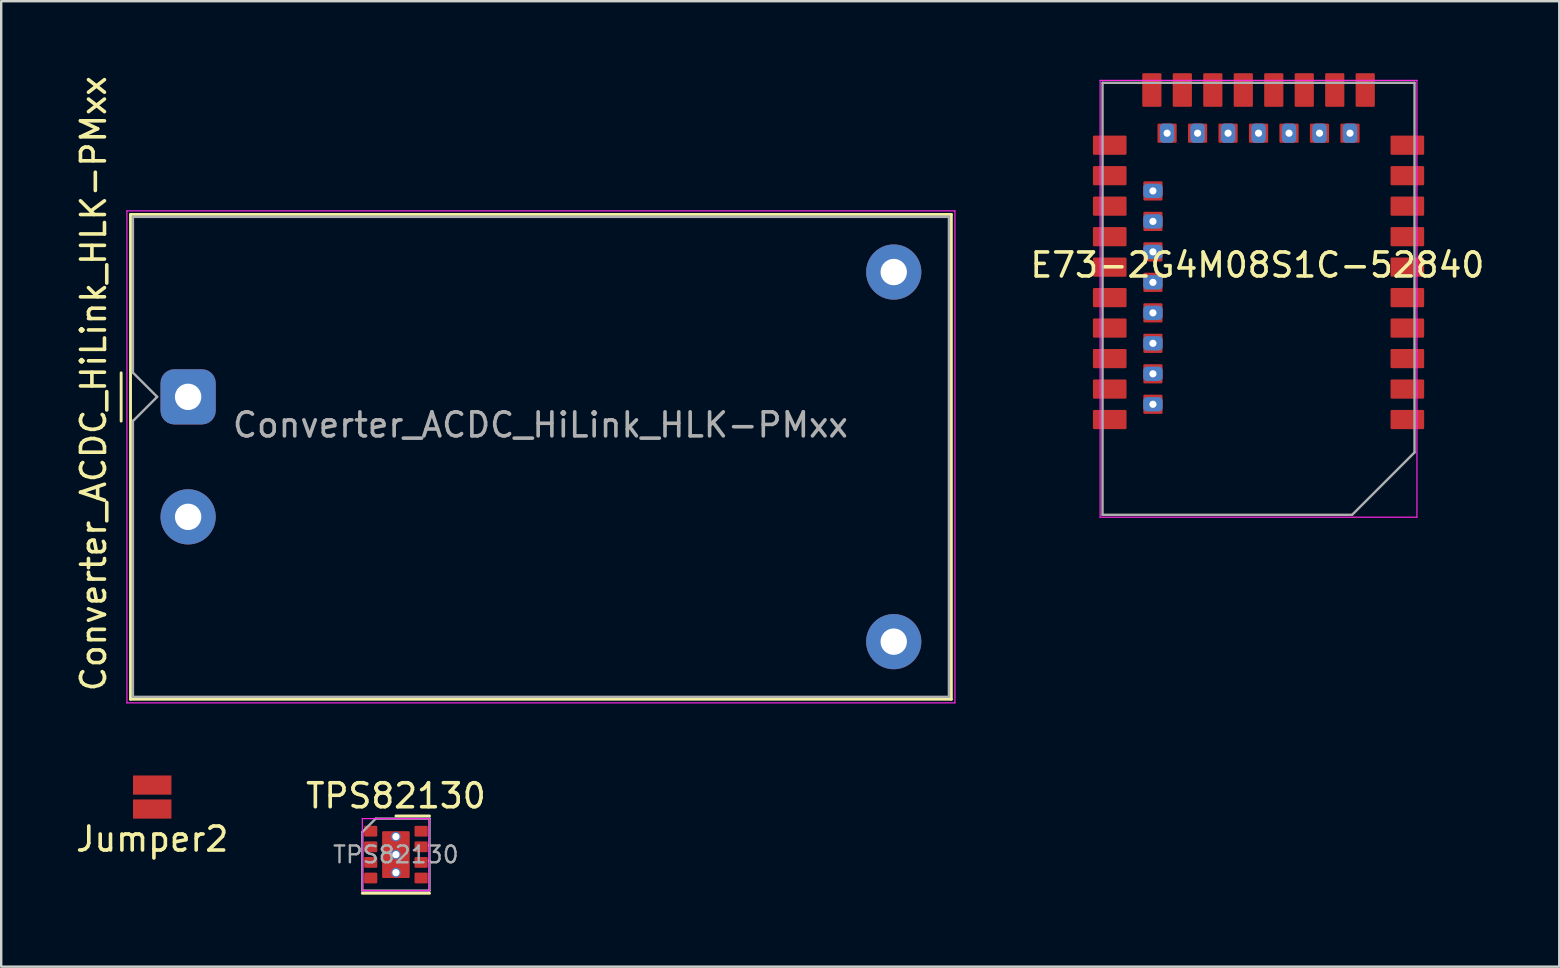
<source format=kicad_pcb>
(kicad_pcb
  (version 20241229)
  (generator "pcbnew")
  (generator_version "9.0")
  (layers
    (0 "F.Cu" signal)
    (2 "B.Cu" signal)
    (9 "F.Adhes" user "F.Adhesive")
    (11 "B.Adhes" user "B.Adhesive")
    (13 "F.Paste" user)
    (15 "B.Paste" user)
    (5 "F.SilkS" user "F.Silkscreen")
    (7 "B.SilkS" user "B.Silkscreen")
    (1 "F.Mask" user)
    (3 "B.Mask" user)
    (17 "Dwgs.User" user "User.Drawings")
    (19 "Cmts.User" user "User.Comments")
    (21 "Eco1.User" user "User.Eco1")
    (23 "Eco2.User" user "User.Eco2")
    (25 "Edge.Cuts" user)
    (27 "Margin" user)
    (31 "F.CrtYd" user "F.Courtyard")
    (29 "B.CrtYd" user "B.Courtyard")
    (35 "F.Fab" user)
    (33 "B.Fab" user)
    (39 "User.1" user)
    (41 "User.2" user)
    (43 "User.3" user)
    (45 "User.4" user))
  (footprint "E73-2G4M08S1C-52840"
    (layer "F.Cu")
    (at 49.388 8.715)
    (property "Reference" "E73-2G4M08S1C-52840" (at -0.048 -0.722 180) (layer "F.SilkS") (effects (font (size 1 1) (thickness 0.15))))
    (attr through_hole)
    (fp_line (start -6.6 -8.415) (end 6.6 -8.415) (stroke (width 0.05) (type solid)) (layer "F.CrtYd"))
    (fp_line (start -6.6 9.785) (end -6.6 -8.415) (stroke (width 0.05) (type solid)) (layer "F.CrtYd"))
    (fp_line (start 6.6 -8.415) (end 6.6 9.785) (stroke (width 0.05) (type solid)) (layer "F.CrtYd"))
    (fp_line (start 6.6 9.785) (end -6.6 9.785) (stroke (width 0.05) (type solid)) (layer "F.CrtYd"))
    (fp_line (start -6.5 -8.315) (end 6.5 -8.315) (stroke (width 0.1) (type solid)) (layer "F.Fab"))
    (fp_line (start -6.5 9.685) (end -6.5 -8.315) (stroke (width 0.1) (type solid)) (layer "F.Fab"))
    (fp_line (start 3.9 9.685) (end -6.5 9.685) (stroke (width 0.1) (type solid)) (layer "F.Fab"))
    (fp_line (start 6.5 -8.315) (end 6.5 7.085) (stroke (width 0.1) (type solid)) (layer "F.Fab"))
    (fp_line (start 6.5 7.085) (end 3.9 9.685) (stroke (width 0.1) (type solid)) (layer "F.Fab"))
    (pad "1" smd roundrect (at 6.2 5.715) (size 1.4 0.8) (layers "F.Cu" "F.Mask" "F.Paste") (roundrect_rratio 0.062))
    (pad "2" smd roundrect (at 6.2 4.445) (size 1.4 0.8) (layers "F.Cu" "F.Mask" "F.Paste") (roundrect_rratio 0.062))
    (pad "3" smd roundrect (at 6.2 3.175) (size 1.4 0.8) (layers "F.Cu" "F.Mask" "F.Paste") (roundrect_rratio 0.062))
    (pad "4" smd roundrect (at 6.2 1.905) (size 1.4 0.8) (layers "F.Cu" "F.Mask" "F.Paste") (roundrect_rratio 0.062))
    (pad "5" smd roundrect (at 6.2 0.635) (size 1.4 0.8) (layers "F.Cu" "F.Mask" "F.Paste") (roundrect_rratio 0.062))
    (pad "6" smd roundrect (at 6.2 -0.635) (size 1.4 0.8) (layers "F.Cu" "F.Mask" "F.Paste") (roundrect_rratio 0.062))
    (pad "7" smd roundrect (at 6.2 -1.905) (size 1.4 0.8) (layers "F.Cu" "F.Mask" "F.Paste") (roundrect_rratio 0.062))
    (pad "8" smd roundrect (at 6.2 -3.175) (size 1.4 0.8) (layers "F.Cu" "F.Mask" "F.Paste") (roundrect_rratio 0.062))
    (pad "9" smd roundrect (at 6.2 -4.445) (size 1.4 0.8) (layers "F.Cu" "F.Mask" "F.Paste") (roundrect_rratio 0.062))
    (pad "10" smd roundrect (at 6.2 -5.715) (size 1.4 0.8) (layers "F.Cu" "F.Mask" "F.Paste") (roundrect_rratio 0.062))
    (pad "11" smd roundrect (at 4.445 -8.015) (size 0.8 1.4) (layers "F.Cu" "F.Mask" "F.Paste") (roundrect_rratio 0.062))
    (pad "12" thru_hole roundrect (at 3.81 -6.215) (size 0.6 0.8) (drill 0.3) (layers "*.Cu" "*.Mask") (roundrect_rratio 0.25))
    (pad "12" smd roundrect (at 3.81 -6.215) (size 0.8 0.8) (layers "F.Cu" "F.Mask" "F.Paste") (roundrect_rratio 0.062))
    (pad "13" smd roundrect (at 3.175 -8.015) (size 0.8 1.4) (layers "F.Cu" "F.Mask" "F.Paste") (roundrect_rratio 0.062))
    (pad "14" thru_hole roundrect (at 2.54 -6.215) (size 0.6 0.8) (drill 0.3) (layers "*.Cu" "*.Mask") (roundrect_rratio 0.25))
    (pad "14" smd roundrect (at 2.54 -6.215) (size 0.8 0.8) (layers "F.Cu" "F.Mask" "F.Paste") (roundrect_rratio 0.062))
    (pad "15" smd roundrect (at 1.905 -8.015) (size 0.8 1.4) (layers "F.Cu" "F.Mask" "F.Paste") (roundrect_rratio 0.062))
    (pad "16" thru_hole roundrect (at 1.27 -6.215) (size 0.6 0.8) (drill 0.3) (layers "*.Cu" "*.Mask") (roundrect_rratio 0.25))
    (pad "16" smd roundrect (at 1.27 -6.215) (size 0.8 0.8) (layers "F.Cu" "F.Mask" "F.Paste") (roundrect_rratio 0.062))
    (pad "17" smd roundrect (at 0.635 -8.015) (size 0.8 1.4) (layers "F.Cu" "F.Mask" "F.Paste") (roundrect_rratio 0.062))
    (pad "18" thru_hole roundrect (at 0 -6.215) (size 0.6 0.8) (drill 0.3) (layers "*.Cu" "*.Mask") (roundrect_rratio 0.25))
    (pad "18" smd roundrect (at 0 -6.215) (size 0.8 0.8) (layers "F.Cu" "F.Mask" "F.Paste") (roundrect_rratio 0.062))
    (pad "19" smd roundrect (at -0.635 -8.015) (size 0.8 1.4) (layers "F.Cu" "F.Mask" "F.Paste") (roundrect_rratio 0.062))
    (pad "20" thru_hole roundrect (at -1.27 -6.215) (size 0.6 0.8) (drill 0.3) (layers "*.Cu" "*.Mask") (roundrect_rratio 0.25))
    (pad "20" smd roundrect (at -1.27 -6.215) (size 0.8 0.8) (layers "F.Cu" "F.Mask" "F.Paste") (roundrect_rratio 0.062))
    (pad "21" smd roundrect (at -1.905 -8.015) (size 0.8 1.4) (layers "F.Cu" "F.Mask" "F.Paste") (roundrect_rratio 0.062))
    (pad "22" thru_hole roundrect (at -2.54 -6.215) (size 0.6 0.8) (drill 0.3) (layers "*.Cu" "*.Mask") (roundrect_rratio 0.25))
    (pad "22" smd roundrect (at -2.54 -6.215) (size 0.8 0.8) (layers "F.Cu" "F.Mask" "F.Paste") (roundrect_rratio 0.062))
    (pad "23" smd roundrect (at -3.175 -8.015) (size 0.8 1.4) (layers "F.Cu" "F.Mask" "F.Paste") (roundrect_rratio 0.062))
    (pad "24" thru_hole roundrect (at -3.81 -6.215) (size 0.6 0.8) (drill 0.3) (layers "*.Cu" "*.Mask") (roundrect_rratio 0.25))
    (pad "24" smd roundrect (at -3.81 -6.215) (size 0.8 0.8) (layers "F.Cu" "F.Mask" "F.Paste") (roundrect_rratio 0.062))
    (pad "25" smd roundrect (at -4.445 -8.015) (size 0.8 1.4) (layers "F.Cu" "F.Mask" "F.Paste") (roundrect_rratio 0.062))
    (pad "26" smd roundrect (at -6.2 -5.715) (size 1.4 0.8) (layers "F.Cu" "F.Mask" "F.Paste") (roundrect_rratio 0.062))
    (pad "27" smd roundrect (at -6.2 -4.445) (size 1.4 0.8) (layers "F.Cu" "F.Mask" "F.Paste") (roundrect_rratio 0.062))
    (pad "28" thru_hole roundrect (at -4.4 -3.81) (size 0.8 0.6) (drill 0.3) (layers "*.Cu" "*.Mask") (roundrect_rratio 0.25))
    (pad "28" smd roundrect (at -4.4 -3.81) (size 0.8 0.8) (layers "F.Cu" "F.Mask" "F.Paste") (roundrect_rratio 0.062))
    (pad "29" smd roundrect (at -6.2 -3.175) (size 1.4 0.8) (layers "F.Cu" "F.Mask" "F.Paste") (roundrect_rratio 0.062))
    (pad "30" thru_hole roundrect (at -4.4 -2.54) (size 0.8 0.6) (drill 0.3) (layers "*.Cu" "*.Mask") (roundrect_rratio 0.25))
    (pad "30" smd roundrect (at -4.4 -2.54) (size 0.8 0.8) (layers "F.Cu" "F.Mask" "F.Paste") (roundrect_rratio 0.062))
    (pad "31" smd roundrect (at -6.2 -1.905) (size 1.4 0.8) (layers "F.Cu" "F.Mask" "F.Paste") (roundrect_rratio 0.062))
    (pad "32" thru_hole roundrect (at -4.4 -1.27) (size 0.8 0.6) (drill 0.3) (layers "*.Cu" "*.Mask") (roundrect_rratio 0.25))
    (pad "32" smd roundrect (at -4.4 -1.27) (size 0.8 0.8) (layers "F.Cu" "F.Mask" "F.Paste") (roundrect_rratio 0.062))
    (pad "33" smd roundrect (at -6.2 -0.635) (size 1.4 0.8) (layers "F.Cu" "F.Mask" "F.Paste") (roundrect_rratio 0.062))
    (pad "34" thru_hole roundrect (at -4.4 0) (size 0.8 0.6) (drill 0.3) (layers "*.Cu" "*.Mask") (roundrect_rratio 0.25))
    (pad "34" smd roundrect (at -4.4 0) (size 0.8 0.8) (layers "F.Cu" "F.Mask" "F.Paste") (roundrect_rratio 0.062))
    (pad "35" smd roundrect (at -6.2 0.635) (size 1.4 0.8) (layers "F.Cu" "F.Mask" "F.Paste") (roundrect_rratio 0.062))
    (pad "36" thru_hole roundrect (at -4.4 1.27) (size 0.8 0.6) (drill 0.3) (layers "*.Cu" "*.Mask") (roundrect_rratio 0.25))
    (pad "36" smd roundrect (at -4.4 1.27) (size 0.8 0.8) (layers "F.Cu" "F.Mask" "F.Paste") (roundrect_rratio 0.062))
    (pad "37" smd roundrect (at -6.2 1.905) (size 1.4 0.8) (layers "F.Cu" "F.Mask" "F.Paste") (roundrect_rratio 0.062))
    (pad "38" thru_hole roundrect (at -4.4 2.54) (size 0.8 0.6) (drill 0.3) (layers "*.Cu" "*.Mask") (roundrect_rratio 0.25))
    (pad "38" smd roundrect (at -4.4 2.54) (size 0.8 0.8) (layers "F.Cu" "F.Mask" "F.Paste") (roundrect_rratio 0.062))
    (pad "39" smd roundrect (at -6.2 3.175) (size 1.4 0.8) (layers "F.Cu" "F.Mask" "F.Paste") (roundrect_rratio 0.062))
    (pad "40" thru_hole roundrect (at -4.4 3.81) (size 0.8 0.6) (drill 0.3) (layers "*.Cu" "*.Mask") (roundrect_rratio 0.25))
    (pad "40" smd roundrect (at -4.4 3.81) (size 0.8 0.8) (layers "F.Cu" "F.Mask" "F.Paste") (roundrect_rratio 0.062))
    (pad "41" smd roundrect (at -6.2 4.445) (size 1.4 0.8) (layers "F.Cu" "F.Mask" "F.Paste") (roundrect_rratio 0.062))
    (pad "42" thru_hole roundrect (at -4.4 5.08) (size 0.8 0.6) (drill 0.3) (layers "*.Cu" "*.Mask") (roundrect_rratio 0.25))
    (pad "42" smd roundrect (at -4.4 5.08) (size 0.8 0.8) (layers "F.Cu" "F.Mask" "F.Paste") (roundrect_rratio 0.062))
    (pad "43" smd roundrect (at -6.2 5.715) (size 1.4 0.8) (layers "F.Cu" "F.Mask" "F.Paste") (roundrect_rratio 0.062)))
  (footprint "TPS82130"
    (layer "F.Cu")
    (at 13.446 32.558)
    (property "Reference" "TPS82130" (at 0 -2.45 0) (layer "F.SilkS") (effects (font (size 1 1) (thickness 0.15))))
    (attr smd)
    (fp_line (start -1.4 1.61) (end 1.4 1.61) (stroke (width 0.12) (type solid)) (layer "F.SilkS"))
    (fp_line (start 0 -1.61) (end 1.4 -1.61) (stroke (width 0.12) (type solid)) (layer "F.SilkS"))
    (fp_line (start -1.4 -1.5) (end 1.4 -1.5) (stroke (width 0.05) (type solid)) (layer "F.CrtYd"))
    (fp_line (start -1.4 1.5) (end -1.4 -1.5) (stroke (width 0.05) (type solid)) (layer "F.CrtYd"))
    (fp_line (start 1.4 -1.5) (end 1.4 1.5) (stroke (width 0.05) (type solid)) (layer "F.CrtYd"))
    (fp_line (start 1.4 1.5) (end -1.4 1.5) (stroke (width 0.05) (type solid)) (layer "F.CrtYd"))
    (fp_line (start -1.4 -0.94) (end -0.84 -1.5) (stroke (width 0.1) (type solid)) (layer "F.Fab"))
    (fp_line (start -1.4 1.5) (end -1.4 -0.94) (stroke (width 0.1) (type solid)) (layer "F.Fab"))
    (fp_line (start -0.84 -1.5) (end 1.4 -1.5) (stroke (width 0.1) (type solid)) (layer "F.Fab"))
    (fp_line (start 1.4 -1.5) (end 1.4 1.5) (stroke (width 0.1) (type solid)) (layer "F.Fab"))
    (fp_line (start 1.4 1.5) (end -1.4 1.5) (stroke (width 0.1) (type solid)) (layer "F.Fab"))
    (fp_text user "${REFERENCE}" (at 0 0 0) (layer "F.Fab") (effects (font (size 0.7 0.7) (thickness 0.1))))
    (pad "" smd roundrect (at 0 -0.487) (size 0.85 0.675) (layers "F.Paste") (roundrect_rratio 0.25))
    (pad "" smd roundrect (at 0 0.487) (size 0.85 0.675) (layers "F.Paste") (roundrect_rratio 0.25))
    (pad "1" smd roundrect (at -1.05 -0.975) (size 0.55 0.45) (layers "F.Cu" "F.Mask" "F.Paste") (roundrect_rratio 0.111))
    (pad "2" smd roundrect (at -1.05 -0.325) (size 0.55 0.45) (layers "F.Cu" "F.Mask" "F.Paste") (roundrect_rratio 0.111))
    (pad "3" smd roundrect (at -1.05 0.325) (size 0.55 0.45) (layers "F.Cu" "F.Mask" "F.Paste") (roundrect_rratio 0.111))
    (pad "4" smd roundrect (at -1.05 0.975) (size 0.55 0.45) (layers "F.Cu" "F.Mask" "F.Paste") (roundrect_rratio 0.111))
    (pad "5" smd roundrect (at 1.05 0.975) (size 0.55 0.45) (layers "F.Cu" "F.Mask" "F.Paste") (roundrect_rratio 0.111))
    (pad "6" smd roundrect (at 1.05 0.325) (size 0.55 0.45) (layers "F.Cu" "F.Mask" "F.Paste") (roundrect_rratio 0.111))
    (pad "7" smd roundrect (at 1.05 -0.325) (size 0.55 0.45) (layers "F.Cu" "F.Mask" "F.Paste") (roundrect_rratio 0.111))
    (pad "8" smd roundrect (at 1.05 -0.975) (size 0.55 0.45) (layers "F.Cu" "F.Mask" "F.Paste") (roundrect_rratio 0.111))
    (pad "9" thru_hole circle (at 0 -0.75) (size 0.4 0.4) (drill 0.3) (layers "*.Cu"))
    (pad "9" thru_hole circle (at 0 0) (size 0.4 0.4) (drill 0.3) (layers "*.Cu"))
    (pad "9" smd roundrect (at 0 0) (size 1.15 1.95) (layers "F.Cu" "F.Mask") (roundrect_rratio 0.043))
    (pad "9" thru_hole circle (at 0 0.75) (size 0.4 0.4) (drill 0.3) (layers "*.Cu")))
  (footprint "Converter_ACDC_HiLink_HLK-PMxx"
    (layer "F.Cu")
    (at 4.788 13.485)
    (property "Reference" "Converter_ACDC_HiLink_HLK-PMxx" (at -3.94 -0.55 90) (layer "F.SilkS") (effects (font (size 1 1) (thickness 0.15))))
    (attr through_hole)
    (fp_line (start -2.79 -1) (end -2.79 1.01) (stroke (width 0.12) (type solid)) (layer "F.SilkS"))
    (fp_line (start -2.4 -7.6) (end -2.4 12.6) (stroke (width 0.12) (type solid)) (layer "F.SilkS"))
    (fp_line (start -2.4 12.6) (end 31.8 12.6) (stroke (width 0.12) (type solid)) (layer "F.SilkS"))
    (fp_line (start 31.8 -7.6) (end -2.4 -7.6) (stroke (width 0.12) (type solid)) (layer "F.SilkS"))
    (fp_line (start 31.8 12.6) (end 31.8 -7.6) (stroke (width 0.12) (type solid)) (layer "F.SilkS"))
    (fp_line (start -2.55 -7.75) (end -2.55 12.75) (stroke (width 0.05) (type solid)) (layer "F.CrtYd"))
    (fp_line (start -2.55 12.75) (end 31.95 12.75) (stroke (width 0.05) (type solid)) (layer "F.CrtYd"))
    (fp_line (start 31.95 -7.75) (end -2.55 -7.75) (stroke (width 0.05) (type solid)) (layer "F.CrtYd"))
    (fp_line (start 31.95 12.75) (end 31.95 -7.75) (stroke (width 0.05) (type solid)) (layer "F.CrtYd"))
    (fp_line (start -2.3 -7.5) (end 31.7 -7.5) (stroke (width 0.1) (type solid)) (layer "F.Fab"))
    (fp_line (start -2.3 -1) (end -2.3 -7.5) (stroke (width 0.1) (type solid)) (layer "F.Fab"))
    (fp_line (start -2.3 12.5) (end -2.3 0.99) (stroke (width 0.1) (type solid)) (layer "F.Fab"))
    (fp_line (start -2.3 12.5) (end 31.7 12.5) (stroke (width 0.1) (type solid)) (layer "F.Fab"))
    (fp_line (start -2.29 -1) (end -1.29 0) (stroke (width 0.1) (type solid)) (layer "F.Fab"))
    (fp_line (start -1.29 0) (end -2.29 1) (stroke (width 0.1) (type solid)) (layer "F.Fab"))
    (fp_line (start 31.7 12.5) (end 31.7 -7.5) (stroke (width 0.1) (type solid)) (layer "F.Fab"))
    (fp_text user "${REFERENCE}" (at 14.68 1.17 0) (layer "F.Fab") (effects (font (size 1 1) (thickness 0.15))))
    (pad "1" thru_hole roundrect (at 0 0) (size 2.3 2.3) (drill 1.1) (layers "*.Cu" "*.Mask") (roundrect_rratio 0.25))
    (pad "2" thru_hole circle (at 0 5) (size 2.3 2.3) (drill 1.1) (layers "*.Cu" "*.Mask"))
    (pad "3" thru_hole circle (at 29.4 -5.2) (size 2.3 2.3) (drill 1.1) (layers "*.Cu" "*.Mask"))
    (pad "4" thru_hole circle (at 29.4 10.2) (size 2.3 2.3) (drill 1.1) (layers "*.Cu" "*.Mask")))
  (footprint "Jumper2"
    (layer "F.Cu")
    (at 3.292 30.16)
    (property "Reference" "Jumper2" (at 0 1.75 0) (layer "F.SilkS") (effects (font (size 1 1) (thickness 0.15))))
    (attr through_hole)
    (pad "1" smd rect (at 0 -0.5) (size 1.6 0.8) (layers "F.Cu" "F.Mask"))
    (pad "2" smd rect (at 0 0.5) (size 1.6 0.8) (layers "F.Cu" "F.Mask")))
  (gr_rect
    (start -3 -3)
    (end 61.918 37.228)
    (stroke (width 0.1) (type default))
    (fill no)
    (layer "Edge.Cuts")))
</source>
